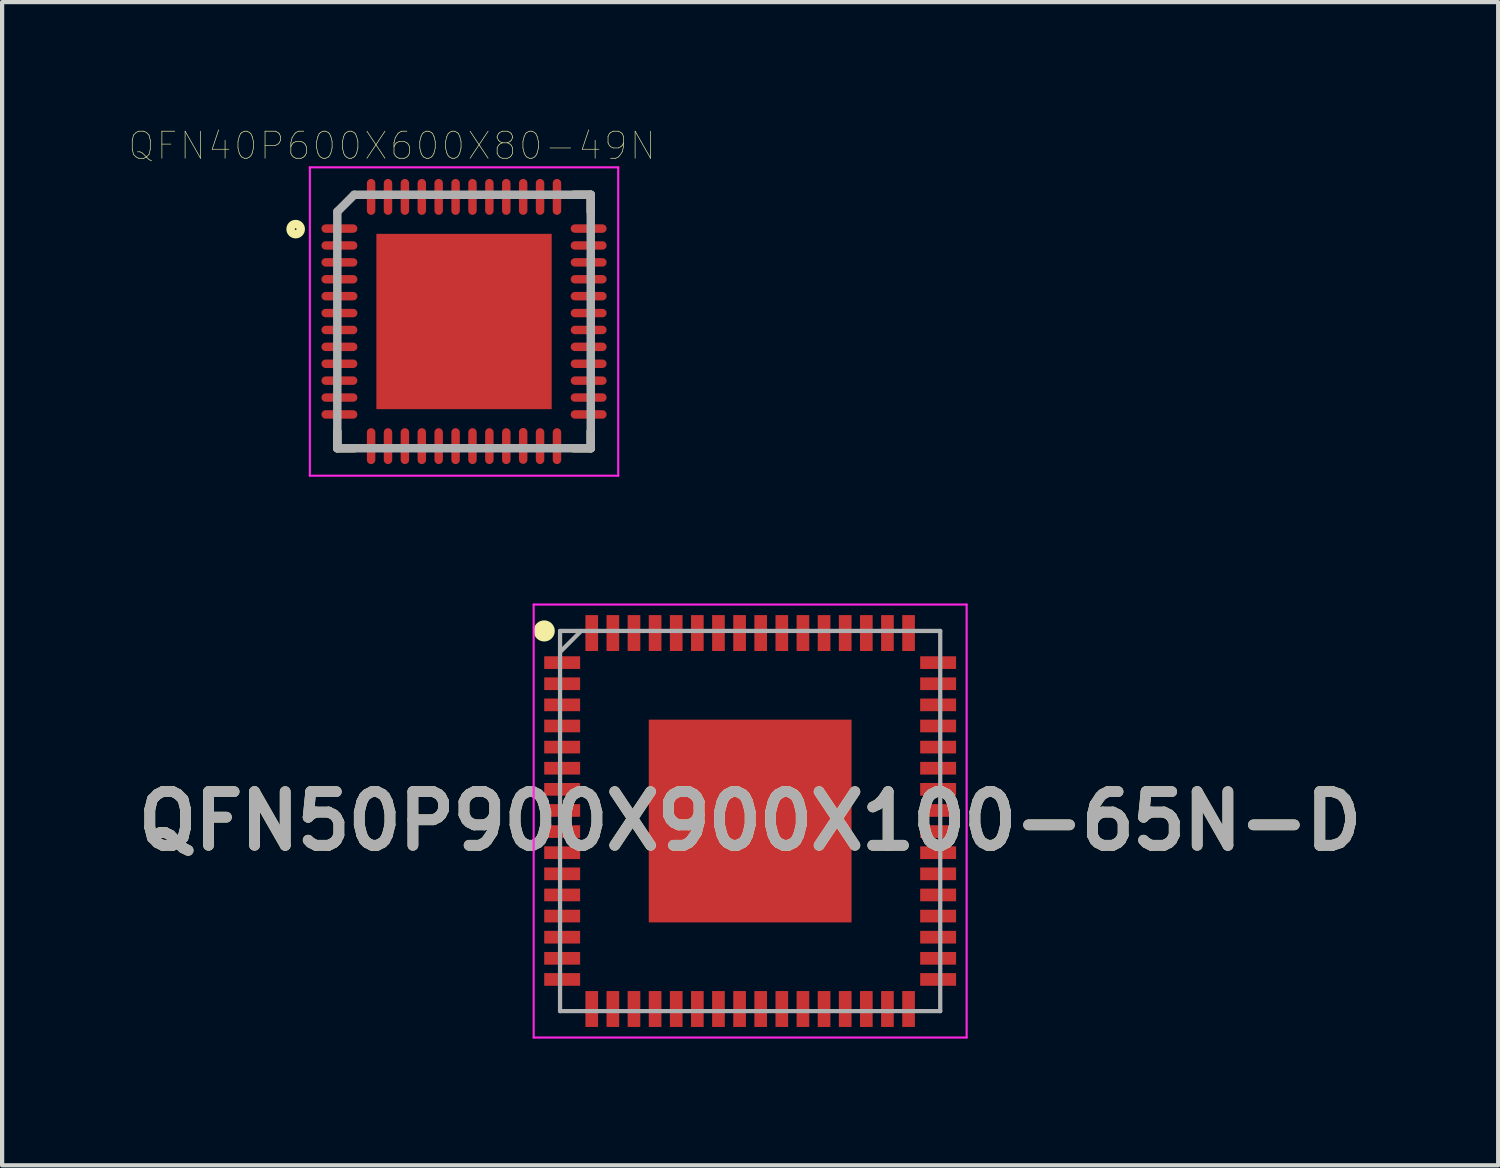
<source format=kicad_pcb>
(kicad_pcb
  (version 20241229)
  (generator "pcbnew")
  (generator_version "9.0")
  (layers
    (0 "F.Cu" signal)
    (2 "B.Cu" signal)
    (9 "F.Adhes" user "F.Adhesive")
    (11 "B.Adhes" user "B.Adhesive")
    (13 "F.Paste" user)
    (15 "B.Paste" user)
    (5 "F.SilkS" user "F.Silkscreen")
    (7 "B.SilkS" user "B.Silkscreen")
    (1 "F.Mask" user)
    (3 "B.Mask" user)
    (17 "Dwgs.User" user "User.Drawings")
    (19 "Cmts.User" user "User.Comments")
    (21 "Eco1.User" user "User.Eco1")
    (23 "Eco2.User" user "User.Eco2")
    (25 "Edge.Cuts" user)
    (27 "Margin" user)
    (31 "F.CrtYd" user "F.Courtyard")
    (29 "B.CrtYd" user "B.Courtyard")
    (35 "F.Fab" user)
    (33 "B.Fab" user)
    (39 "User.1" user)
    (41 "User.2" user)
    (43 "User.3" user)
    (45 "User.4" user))
  (footprint "QFN40P600X600X80-49N"
    (layer "F.Cu")
    (at 7.935 4.561)
    (property "Reference" "QFN40P600X600X80-49N" (at -1.704 -4.16 0) (layer "F.SilkS") (effects (font (size 0.641 0.641) (thickness 0.015))))
    (attr through_hole)
    (fp_line (start -3 3) (end -3 2.6) (stroke (width 0.2) (type solid)) (layer "F.SilkS"))
    (fp_line (start -2.6 3) (end -3 3) (stroke (width 0.2) (type solid)) (layer "F.SilkS"))
    (fp_line (start 2.6 -3) (end 3 -3) (stroke (width 0.2) (type solid)) (layer "F.SilkS"))
    (fp_line (start 3 -3) (end 3 -2.6) (stroke (width 0.2) (type solid)) (layer "F.SilkS"))
    (fp_line (start 3 3) (end 2.6 3) (stroke (width 0.2) (type solid)) (layer "F.SilkS"))
    (fp_line (start 3 3) (end 3 2.6) (stroke (width 0.2) (type solid)) (layer "F.SilkS"))
    (fp_circle (center -3.986 -2.187) (end -3.866 -2.187) (stroke (width 0.2) (type solid)) (fill no) (layer "F.SilkS"))
    (fp_poly (pts (xy -1.31 -1.31) (xy 1.31 -1.31) (xy 1.31 1.31) (xy -1.31 1.31)) (stroke (width 0.01) (type solid)) (fill yes) (layer "F.Paste"))
    (fp_line (start -3.65 -3.65) (end 3.65 -3.65) (stroke (width 0.05) (type solid)) (layer "F.CrtYd"))
    (fp_line (start -3.65 3.65) (end -3.65 -3.65) (stroke (width 0.05) (type solid)) (layer "F.CrtYd"))
    (fp_line (start 3.65 -3.65) (end 3.65 3.65) (stroke (width 0.05) (type solid)) (layer "F.CrtYd"))
    (fp_line (start 3.65 3.65) (end -3.65 3.65) (stroke (width 0.05) (type solid)) (layer "F.CrtYd"))
    (fp_line (start -3 -2.6) (end -2.6 -3) (stroke (width 0.2) (type solid)) (layer "F.Fab"))
    (fp_line (start -3 3) (end -3 -2.6) (stroke (width 0.2) (type solid)) (layer "F.Fab"))
    (fp_line (start -2.6 -3) (end 3 -3) (stroke (width 0.2) (type solid)) (layer "F.Fab"))
    (fp_line (start 3 -3) (end 3 3) (stroke (width 0.2) (type solid)) (layer "F.Fab"))
    (fp_line (start 3 3) (end -3 3) (stroke (width 0.2) (type solid)) (layer "F.Fab"))
    (pad "1" smd oval (at -2.95 -2.2) (size 0.85 0.2) (layers "F.Cu" "F.Mask" "F.Paste"))
    (pad "2" smd oval (at -2.95 -1.8) (size 0.85 0.2) (layers "F.Cu" "F.Mask" "F.Paste"))
    (pad "3" smd oval (at -2.95 -1.4) (size 0.85 0.2) (layers "F.Cu" "F.Mask" "F.Paste"))
    (pad "4" smd oval (at -2.95 -1) (size 0.85 0.2) (layers "F.Cu" "F.Mask" "F.Paste"))
    (pad "5" smd oval (at -2.95 -0.6) (size 0.85 0.2) (layers "F.Cu" "F.Mask" "F.Paste"))
    (pad "6" smd oval (at -2.95 -0.2) (size 0.85 0.2) (layers "F.Cu" "F.Mask" "F.Paste"))
    (pad "7" smd oval (at -2.95 0.2) (size 0.85 0.2) (layers "F.Cu" "F.Mask" "F.Paste"))
    (pad "8" smd oval (at -2.95 0.6) (size 0.85 0.2) (layers "F.Cu" "F.Mask" "F.Paste"))
    (pad "9" smd oval (at -2.95 1) (size 0.85 0.2) (layers "F.Cu" "F.Mask" "F.Paste"))
    (pad "10" smd oval (at -2.95 1.4) (size 0.85 0.2) (layers "F.Cu" "F.Mask" "F.Paste"))
    (pad "11" smd oval (at -2.95 1.8) (size 0.85 0.2) (layers "F.Cu" "F.Mask" "F.Paste"))
    (pad "12" smd oval (at -2.95 2.2) (size 0.85 0.2) (layers "F.Cu" "F.Mask" "F.Paste"))
    (pad "13" smd oval (at -2.2 2.95) (size 0.2 0.85) (layers "F.Cu" "F.Mask" "F.Paste"))
    (pad "14" smd oval (at -1.8 2.95) (size 0.2 0.85) (layers "F.Cu" "F.Mask" "F.Paste"))
    (pad "15" smd oval (at -1.4 2.95) (size 0.2 0.85) (layers "F.Cu" "F.Mask" "F.Paste"))
    (pad "16" smd oval (at -1 2.95) (size 0.2 0.85) (layers "F.Cu" "F.Mask" "F.Paste"))
    (pad "17" smd oval (at -0.6 2.95) (size 0.2 0.85) (layers "F.Cu" "F.Mask" "F.Paste"))
    (pad "18" smd oval (at -0.2 2.95) (size 0.2 0.85) (layers "F.Cu" "F.Mask" "F.Paste"))
    (pad "19" smd oval (at 0.2 2.95) (size 0.2 0.85) (layers "F.Cu" "F.Mask" "F.Paste"))
    (pad "20" smd oval (at 0.6 2.95) (size 0.2 0.85) (layers "F.Cu" "F.Mask" "F.Paste"))
    (pad "21" smd oval (at 1 2.95) (size 0.2 0.85) (layers "F.Cu" "F.Mask" "F.Paste"))
    (pad "22" smd oval (at 1.4 2.945) (size 0.2 0.85) (layers "F.Cu" "F.Mask" "F.Paste"))
    (pad "23" smd oval (at 1.8 2.95) (size 0.2 0.85) (layers "F.Cu" "F.Mask" "F.Paste"))
    (pad "24" smd oval (at 2.2 2.95) (size 0.2 0.85) (layers "F.Cu" "F.Mask" "F.Paste"))
    (pad "25" smd oval (at 2.95 2.2) (size 0.85 0.2) (layers "F.Cu" "F.Mask" "F.Paste"))
    (pad "26" smd oval (at 2.95 1.8) (size 0.85 0.2) (layers "F.Cu" "F.Mask" "F.Paste"))
    (pad "27" smd oval (at 2.95 1.4) (size 0.85 0.2) (layers "F.Cu" "F.Mask" "F.Paste"))
    (pad "28" smd oval (at 2.95 1) (size 0.85 0.2) (layers "F.Cu" "F.Mask" "F.Paste"))
    (pad "29" smd oval (at 2.95 0.6) (size 0.85 0.2) (layers "F.Cu" "F.Mask" "F.Paste"))
    (pad "30" smd oval (at 2.95 0.2) (size 0.85 0.2) (layers "F.Cu" "F.Mask" "F.Paste"))
    (pad "31" smd oval (at 2.95 -0.2) (size 0.85 0.2) (layers "F.Cu" "F.Mask" "F.Paste"))
    (pad "32" smd oval (at 2.95 -0.6) (size 0.85 0.2) (layers "F.Cu" "F.Mask" "F.Paste"))
    (pad "33" smd oval (at 2.95 -1) (size 0.85 0.2) (layers "F.Cu" "F.Mask" "F.Paste"))
    (pad "34" smd oval (at 2.95 -1.4) (size 0.85 0.2) (layers "F.Cu" "F.Mask" "F.Paste"))
    (pad "35" smd oval (at 2.95 -1.8) (size 0.85 0.2) (layers "F.Cu" "F.Mask" "F.Paste"))
    (pad "36" smd oval (at 2.95 -2.2) (size 0.85 0.2) (layers "F.Cu" "F.Mask" "F.Paste"))
    (pad "37" smd oval (at 2.2 -2.95) (size 0.2 0.85) (layers "F.Cu" "F.Mask" "F.Paste"))
    (pad "38" smd oval (at 1.8 -2.95) (size 0.2 0.85) (layers "F.Cu" "F.Mask" "F.Paste"))
    (pad "39" smd oval (at 1.4 -2.95) (size 0.2 0.85) (layers "F.Cu" "F.Mask" "F.Paste"))
    (pad "40" smd oval (at 1 -2.95) (size 0.2 0.85) (layers "F.Cu" "F.Mask" "F.Paste"))
    (pad "41" smd oval (at 0.6 -2.95) (size 0.2 0.85) (layers "F.Cu" "F.Mask" "F.Paste"))
    (pad "42" smd oval (at 0.2 -2.95) (size 0.2 0.85) (layers "F.Cu" "F.Mask" "F.Paste"))
    (pad "43" smd oval (at -0.2 -2.95) (size 0.2 0.85) (layers "F.Cu" "F.Mask" "F.Paste"))
    (pad "44" smd oval (at -0.6 -2.95) (size 0.2 0.85) (layers "F.Cu" "F.Mask" "F.Paste"))
    (pad "45" smd oval (at -1 -2.95) (size 0.2 0.85) (layers "F.Cu" "F.Mask" "F.Paste"))
    (pad "46" smd oval (at -1.4 -2.95) (size 0.2 0.85) (layers "F.Cu" "F.Mask" "F.Paste"))
    (pad "47" smd oval (at -1.8 -2.95) (size 0.2 0.85) (layers "F.Cu" "F.Mask" "F.Paste"))
    (pad "48" smd oval (at -2.2 -2.95) (size 0.2 0.85) (layers "F.Cu" "F.Mask" "F.Paste"))
    (pad "49" smd rect (at 0 0) (size 4.15 4.15) (layers "F.Cu" "F.Mask")))
  (footprint "QFN50P900X900X100-65N-D"
    (layer "F.Cu")
    (at 14.708 16.386)
    (property "Reference" "QFN50P900X900X100-65N-D" (at 0 0 0) (layer "F.SilkS") (effects (font (size 1.27 1.27) (thickness 0.254))))
    (attr smd)
    (fp_circle (center -4.875 -4.5) (end -4.875 -4.375) (stroke (width 0.25) (type solid)) (fill no) (layer "F.SilkS"))
    (fp_line (start -5.125 -5.125) (end 5.125 -5.125) (stroke (width 0.05) (type solid)) (layer "F.CrtYd"))
    (fp_line (start -5.125 5.125) (end -5.125 -5.125) (stroke (width 0.05) (type solid)) (layer "F.CrtYd"))
    (fp_line (start 5.125 -5.125) (end 5.125 5.125) (stroke (width 0.05) (type solid)) (layer "F.CrtYd"))
    (fp_line (start 5.125 5.125) (end -5.125 5.125) (stroke (width 0.05) (type solid)) (layer "F.CrtYd"))
    (fp_line (start -4.5 -4.5) (end 4.5 -4.5) (stroke (width 0.1) (type solid)) (layer "F.Fab"))
    (fp_line (start -4.5 -4) (end -4 -4.5) (stroke (width 0.1) (type solid)) (layer "F.Fab"))
    (fp_line (start -4.5 4.5) (end -4.5 -4.5) (stroke (width 0.1) (type solid)) (layer "F.Fab"))
    (fp_line (start 4.5 -4.5) (end 4.5 4.5) (stroke (width 0.1) (type solid)) (layer "F.Fab"))
    (fp_line (start 4.5 4.5) (end -4.5 4.5) (stroke (width 0.1) (type solid)) (layer "F.Fab"))
    (fp_text user "${REFERENCE}" (at 0 0 0) (layer "F.Fab") (effects (font (size 1.27 1.27) (thickness 0.254))))
    (pad "1" smd rect (at -4.45 -3.75 90) (size 0.3 0.85) (layers "F.Cu" "F.Mask" "F.Paste"))
    (pad "2" smd rect (at -4.45 -3.25 90) (size 0.3 0.85) (layers "F.Cu" "F.Mask" "F.Paste"))
    (pad "3" smd rect (at -4.45 -2.75 90) (size 0.3 0.85) (layers "F.Cu" "F.Mask" "F.Paste"))
    (pad "4" smd rect (at -4.45 -2.25 90) (size 0.3 0.85) (layers "F.Cu" "F.Mask" "F.Paste"))
    (pad "5" smd rect (at -4.45 -1.75 90) (size 0.3 0.85) (layers "F.Cu" "F.Mask" "F.Paste"))
    (pad "6" smd rect (at -4.45 -1.25 90) (size 0.3 0.85) (layers "F.Cu" "F.Mask" "F.Paste"))
    (pad "7" smd rect (at -4.45 -0.75 90) (size 0.3 0.85) (layers "F.Cu" "F.Mask" "F.Paste"))
    (pad "8" smd rect (at -4.45 -0.25 90) (size 0.3 0.85) (layers "F.Cu" "F.Mask" "F.Paste"))
    (pad "9" smd rect (at -4.45 0.25 90) (size 0.3 0.85) (layers "F.Cu" "F.Mask" "F.Paste"))
    (pad "10" smd rect (at -4.45 0.75 90) (size 0.3 0.85) (layers "F.Cu" "F.Mask" "F.Paste"))
    (pad "11" smd rect (at -4.45 1.25 90) (size 0.3 0.85) (layers "F.Cu" "F.Mask" "F.Paste"))
    (pad "12" smd rect (at -4.45 1.75 90) (size 0.3 0.85) (layers "F.Cu" "F.Mask" "F.Paste"))
    (pad "13" smd rect (at -4.45 2.25 90) (size 0.3 0.85) (layers "F.Cu" "F.Mask" "F.Paste"))
    (pad "14" smd rect (at -4.45 2.75 90) (size 0.3 0.85) (layers "F.Cu" "F.Mask" "F.Paste"))
    (pad "15" smd rect (at -4.45 3.25 90) (size 0.3 0.85) (layers "F.Cu" "F.Mask" "F.Paste"))
    (pad "16" smd rect (at -4.45 3.75 90) (size 0.3 0.85) (layers "F.Cu" "F.Mask" "F.Paste"))
    (pad "17" smd rect (at -3.75 4.45) (size 0.3 0.85) (layers "F.Cu" "F.Mask" "F.Paste"))
    (pad "18" smd rect (at -3.25 4.45) (size 0.3 0.85) (layers "F.Cu" "F.Mask" "F.Paste"))
    (pad "19" smd rect (at -2.75 4.45) (size 0.3 0.85) (layers "F.Cu" "F.Mask" "F.Paste"))
    (pad "20" smd rect (at -2.25 4.45) (size 0.3 0.85) (layers "F.Cu" "F.Mask" "F.Paste"))
    (pad "21" smd rect (at -1.75 4.45) (size 0.3 0.85) (layers "F.Cu" "F.Mask" "F.Paste"))
    (pad "22" smd rect (at -1.25 4.45) (size 0.3 0.85) (layers "F.Cu" "F.Mask" "F.Paste"))
    (pad "23" smd rect (at -0.75 4.45) (size 0.3 0.85) (layers "F.Cu" "F.Mask" "F.Paste"))
    (pad "24" smd rect (at -0.25 4.45) (size 0.3 0.85) (layers "F.Cu" "F.Mask" "F.Paste"))
    (pad "25" smd rect (at 0.25 4.45) (size 0.3 0.85) (layers "F.Cu" "F.Mask" "F.Paste"))
    (pad "26" smd rect (at 0.75 4.45) (size 0.3 0.85) (layers "F.Cu" "F.Mask" "F.Paste"))
    (pad "27" smd rect (at 1.25 4.45) (size 0.3 0.85) (layers "F.Cu" "F.Mask" "F.Paste"))
    (pad "28" smd rect (at 1.75 4.45) (size 0.3 0.85) (layers "F.Cu" "F.Mask" "F.Paste"))
    (pad "29" smd rect (at 2.25 4.45) (size 0.3 0.85) (layers "F.Cu" "F.Mask" "F.Paste"))
    (pad "30" smd rect (at 2.75 4.45) (size 0.3 0.85) (layers "F.Cu" "F.Mask" "F.Paste"))
    (pad "31" smd rect (at 3.25 4.45) (size 0.3 0.85) (layers "F.Cu" "F.Mask" "F.Paste"))
    (pad "32" smd rect (at 3.75 4.45) (size 0.3 0.85) (layers "F.Cu" "F.Mask" "F.Paste"))
    (pad "33" smd rect (at 4.45 3.75 90) (size 0.3 0.85) (layers "F.Cu" "F.Mask" "F.Paste"))
    (pad "34" smd rect (at 4.45 3.25 90) (size 0.3 0.85) (layers "F.Cu" "F.Mask" "F.Paste"))
    (pad "35" smd rect (at 4.45 2.75 90) (size 0.3 0.85) (layers "F.Cu" "F.Mask" "F.Paste"))
    (pad "36" smd rect (at 4.45 2.25 90) (size 0.3 0.85) (layers "F.Cu" "F.Mask" "F.Paste"))
    (pad "37" smd rect (at 4.45 1.75 90) (size 0.3 0.85) (layers "F.Cu" "F.Mask" "F.Paste"))
    (pad "38" smd rect (at 4.45 1.25 90) (size 0.3 0.85) (layers "F.Cu" "F.Mask" "F.Paste"))
    (pad "39" smd rect (at 4.45 0.75 90) (size 0.3 0.85) (layers "F.Cu" "F.Mask" "F.Paste"))
    (pad "40" smd rect (at 4.45 0.25 90) (size 0.3 0.85) (layers "F.Cu" "F.Mask" "F.Paste"))
    (pad "41" smd rect (at 4.45 -0.25 90) (size 0.3 0.85) (layers "F.Cu" "F.Mask" "F.Paste"))
    (pad "42" smd rect (at 4.45 -0.75 90) (size 0.3 0.85) (layers "F.Cu" "F.Mask" "F.Paste"))
    (pad "43" smd rect (at 4.45 -1.25 90) (size 0.3 0.85) (layers "F.Cu" "F.Mask" "F.Paste"))
    (pad "44" smd rect (at 4.45 -1.75 90) (size 0.3 0.85) (layers "F.Cu" "F.Mask" "F.Paste"))
    (pad "45" smd rect (at 4.45 -2.25 90) (size 0.3 0.85) (layers "F.Cu" "F.Mask" "F.Paste"))
    (pad "46" smd rect (at 4.45 -2.75 90) (size 0.3 0.85) (layers "F.Cu" "F.Mask" "F.Paste"))
    (pad "47" smd rect (at 4.45 -3.25 90) (size 0.3 0.85) (layers "F.Cu" "F.Mask" "F.Paste"))
    (pad "48" smd rect (at 4.45 -3.75 90) (size 0.3 0.85) (layers "F.Cu" "F.Mask" "F.Paste"))
    (pad "49" smd rect (at 3.75 -4.45) (size 0.3 0.85) (layers "F.Cu" "F.Mask" "F.Paste"))
    (pad "50" smd rect (at 3.25 -4.45) (size 0.3 0.85) (layers "F.Cu" "F.Mask" "F.Paste"))
    (pad "51" smd rect (at 2.75 -4.45) (size 0.3 0.85) (layers "F.Cu" "F.Mask" "F.Paste"))
    (pad "52" smd rect (at 2.25 -4.45) (size 0.3 0.85) (layers "F.Cu" "F.Mask" "F.Paste"))
    (pad "53" smd rect (at 1.75 -4.45) (size 0.3 0.85) (layers "F.Cu" "F.Mask" "F.Paste"))
    (pad "54" smd rect (at 1.25 -4.45) (size 0.3 0.85) (layers "F.Cu" "F.Mask" "F.Paste"))
    (pad "55" smd rect (at 0.75 -4.45) (size 0.3 0.85) (layers "F.Cu" "F.Mask" "F.Paste"))
    (pad "56" smd rect (at 0.25 -4.45) (size 0.3 0.85) (layers "F.Cu" "F.Mask" "F.Paste"))
    (pad "57" smd rect (at -0.25 -4.45) (size 0.3 0.85) (layers "F.Cu" "F.Mask" "F.Paste"))
    (pad "58" smd rect (at -0.75 -4.45) (size 0.3 0.85) (layers "F.Cu" "F.Mask" "F.Paste"))
    (pad "59" smd rect (at -1.25 -4.45) (size 0.3 0.85) (layers "F.Cu" "F.Mask" "F.Paste"))
    (pad "60" smd rect (at -1.75 -4.45) (size 0.3 0.85) (layers "F.Cu" "F.Mask" "F.Paste"))
    (pad "61" smd rect (at -2.25 -4.45) (size 0.3 0.85) (layers "F.Cu" "F.Mask" "F.Paste"))
    (pad "62" smd rect (at -2.75 -4.45) (size 0.3 0.85) (layers "F.Cu" "F.Mask" "F.Paste"))
    (pad "63" smd rect (at -3.25 -4.45) (size 0.3 0.85) (layers "F.Cu" "F.Mask" "F.Paste"))
    (pad "64" smd rect (at -3.75 -4.45) (size 0.3 0.85) (layers "F.Cu" "F.Mask" "F.Paste"))
    (pad "65" smd rect (at 0 0) (size 4.8 4.8) (layers "F.Cu" "F.Mask" "F.Paste")))
  (gr_rect
    (start -3 -3)
    (end 32.416 24.536)
    (stroke (width 0.1) (type default))
    (fill no)
    (layer "Edge.Cuts")))
</source>
